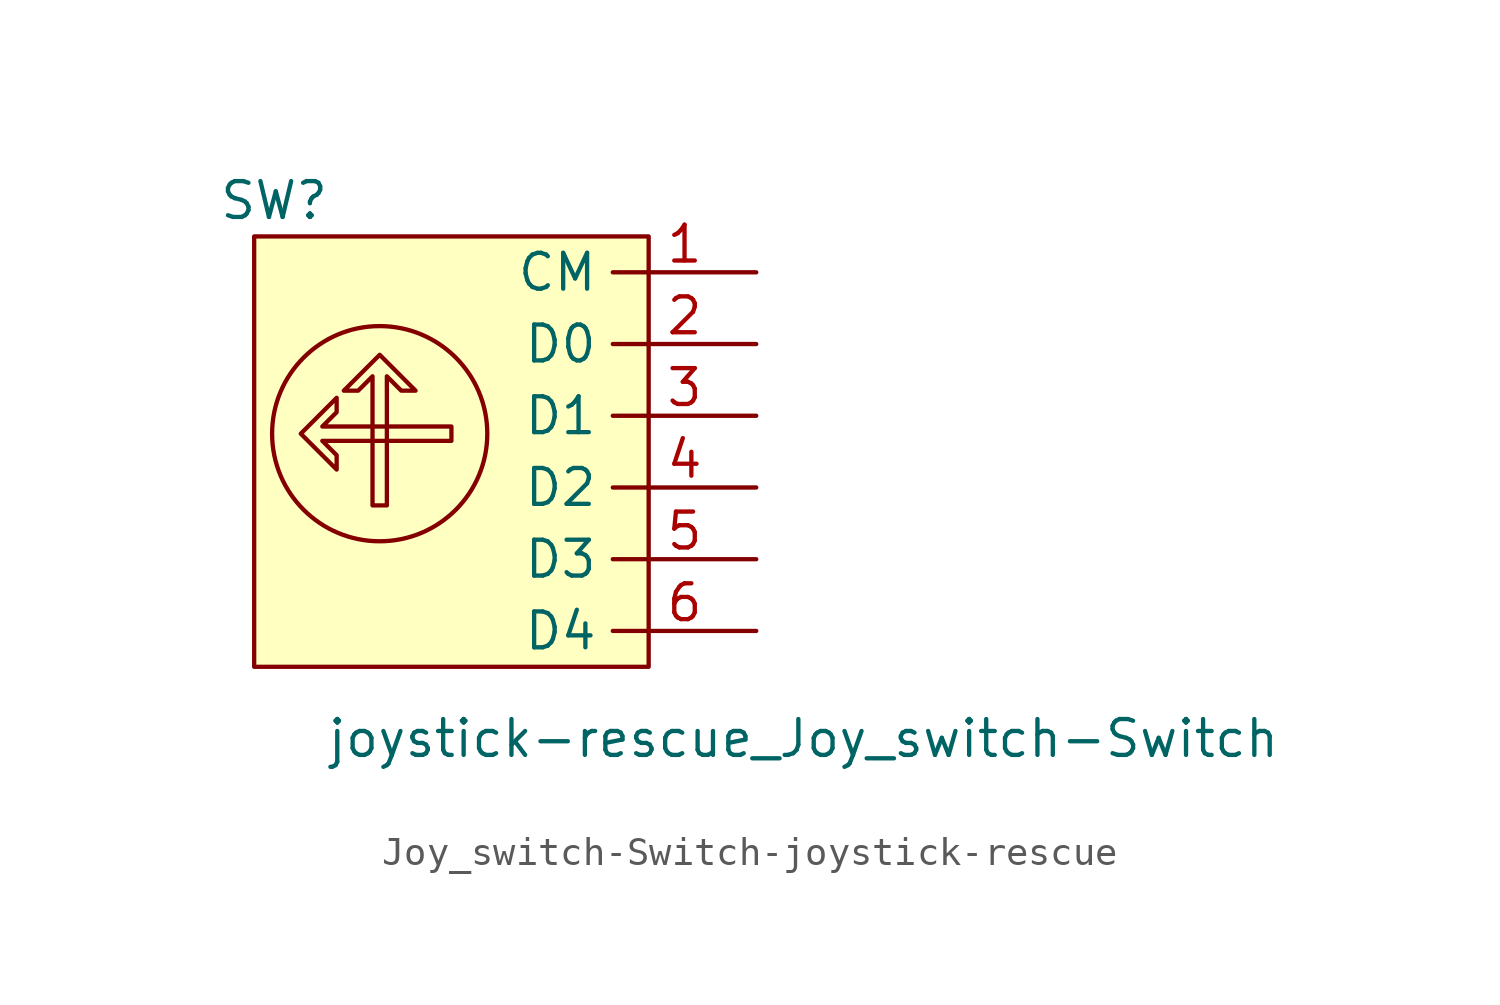
<source format=kicad_sym>
(kicad_symbol_lib
  (version 20220914)
  (generator kicad_symbol_editor)
  (symbol "Joy_switch-Switch-joystick-rescue"
    (property "Reference" "SW"
      (at -6.35 8.89 0)
      (effects (font (size 1.27 1.27)) (justify left)))
    (property "Value" "joystick-rescue_Joy_switch-Switch"
      (at -2.54 -10.16 0)
      (effects (font (size 1.27 1.27)) (justify left)))
    (symbol "Joy_switch-Switch-joystick-rescue_0_1"
      (rectangle (start -5.08 7.62) (end 8.89 -7.62) (stroke (width 0) (type solid)) (fill (type background)))
      (circle (center -0.635 0.635) (radius 3.81) (stroke (width 0) (type solid)) (fill (type none)))
      (polyline (pts (xy -0.889 -1.905) (xy -0.889 2.667) (xy -1.397 2.159) (xy -1.905 2.159) (xy -0.635 3.429) (xy 0.635 2.159) (xy 0.127 2.159) (xy -0.381 2.667) (xy -0.381 -1.905) (xy -0.889 -1.905) (xy -0.889 -1.905)) (stroke (width 0) (type solid)) (fill (type none))))
    (symbol "Joy_switch-Switch-joystick-rescue_1_1"
      (polyline (pts (xy 1.905 0.381) (xy -2.667 0.381) (xy -2.159 -0.127) (xy -2.159 -0.635) (xy -3.429 0.635) (xy -2.159 1.905) (xy -2.159 1.397) (xy -2.667 0.889) (xy 1.905 0.889) (xy 1.905 0.381) (xy 1.905 0.381)) (stroke (width 0) (type solid)) (fill (type none)))
      (pin passive line (at 12.7 6.35 180) (length 5.08) (name "CM" (effects (font (size 1.27 1.27)))) (number "1" (effects (font (size 1.27 1.27)))))
      (pin passive line (at 12.7 3.81 180) (length 5.08) (name "D0" (effects (font (size 1.27 1.27)))) (number "2" (effects (font (size 1.27 1.27)))))
      (pin passive line (at 12.7 1.27 180) (length 5.08) (name "D1" (effects (font (size 1.27 1.27)))) (number "3" (effects (font (size 1.27 1.27)))))
      (pin passive line (at 12.7 -1.27 180) (length 5.08) (name "D2" (effects (font (size 1.27 1.27)))) (number "4" (effects (font (size 1.27 1.27)))))
      (pin passive line (at 12.7 -3.81 180) (length 5.08) (name "D3" (effects (font (size 1.27 1.27)))) (number "5" (effects (font (size 1.27 1.27)))))
      (pin passive line (at 12.7 -6.35 180) (length 5.08) (name "D4" (effects (font (size 1.27 1.27)))) (number "6" (effects (font (size 1.27 1.27))))))))
</source>
